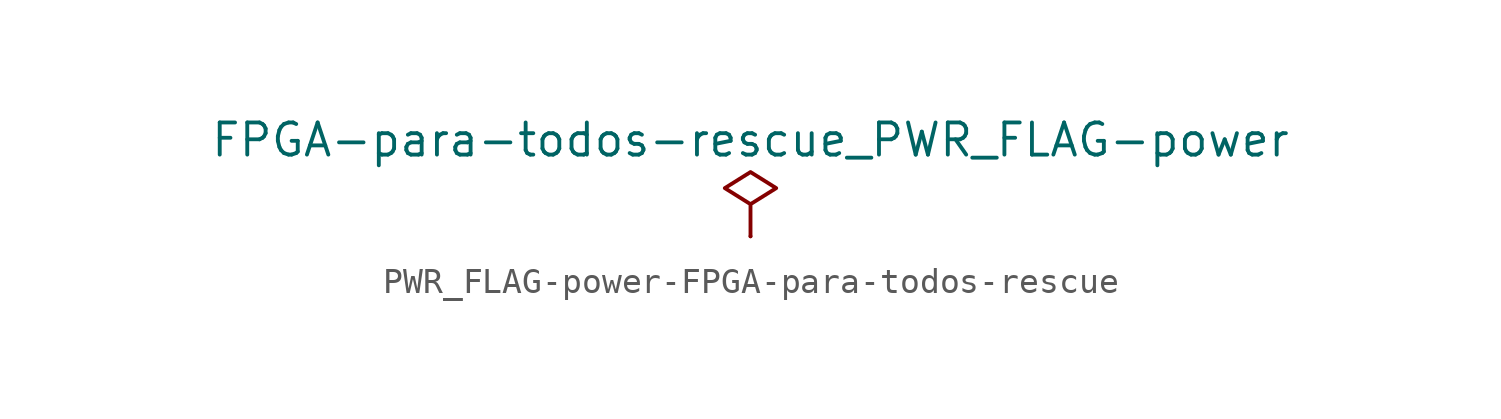
<source format=kicad_sym>
(kicad_symbol_lib
  (version 20231120)
  (generator "kicad_symbol_editor")
  (generator_version "8.0")
  (symbol "PWR_FLAG-power-FPGA-para-todos-rescue"
    (power)
    (pin_numbers hide)
    (pin_names
      (offset 0) hide)
    (property "Reference" "#FLG"
      (at 0 1.905 0)
      (effects (font (size 1.27 1.27)) (hide yes)))
    (property "Value" "FPGA-para-todos-rescue_PWR_FLAG-power"
      (at 0 3.81 0)
      (effects (font (size 1.27 1.27))))
    (symbol "PWR_FLAG-power-FPGA-para-todos-rescue_0_0"
      (pin power_out line (at 0 0 90) (length 0) (name "pwr" (effects (font (size 1.27 1.27)))) (number "1" (effects (font (size 1.27 1.27))))))
    (symbol "PWR_FLAG-power-FPGA-para-todos-rescue_0_1"
      (polyline (pts (xy 0 0) (xy 0 1.27) (xy -1.016 1.905) (xy 0 2.54) (xy 1.016 1.905) (xy 0 1.27)) (stroke (width 0) (type solid)) (fill (type none))))))
</source>
